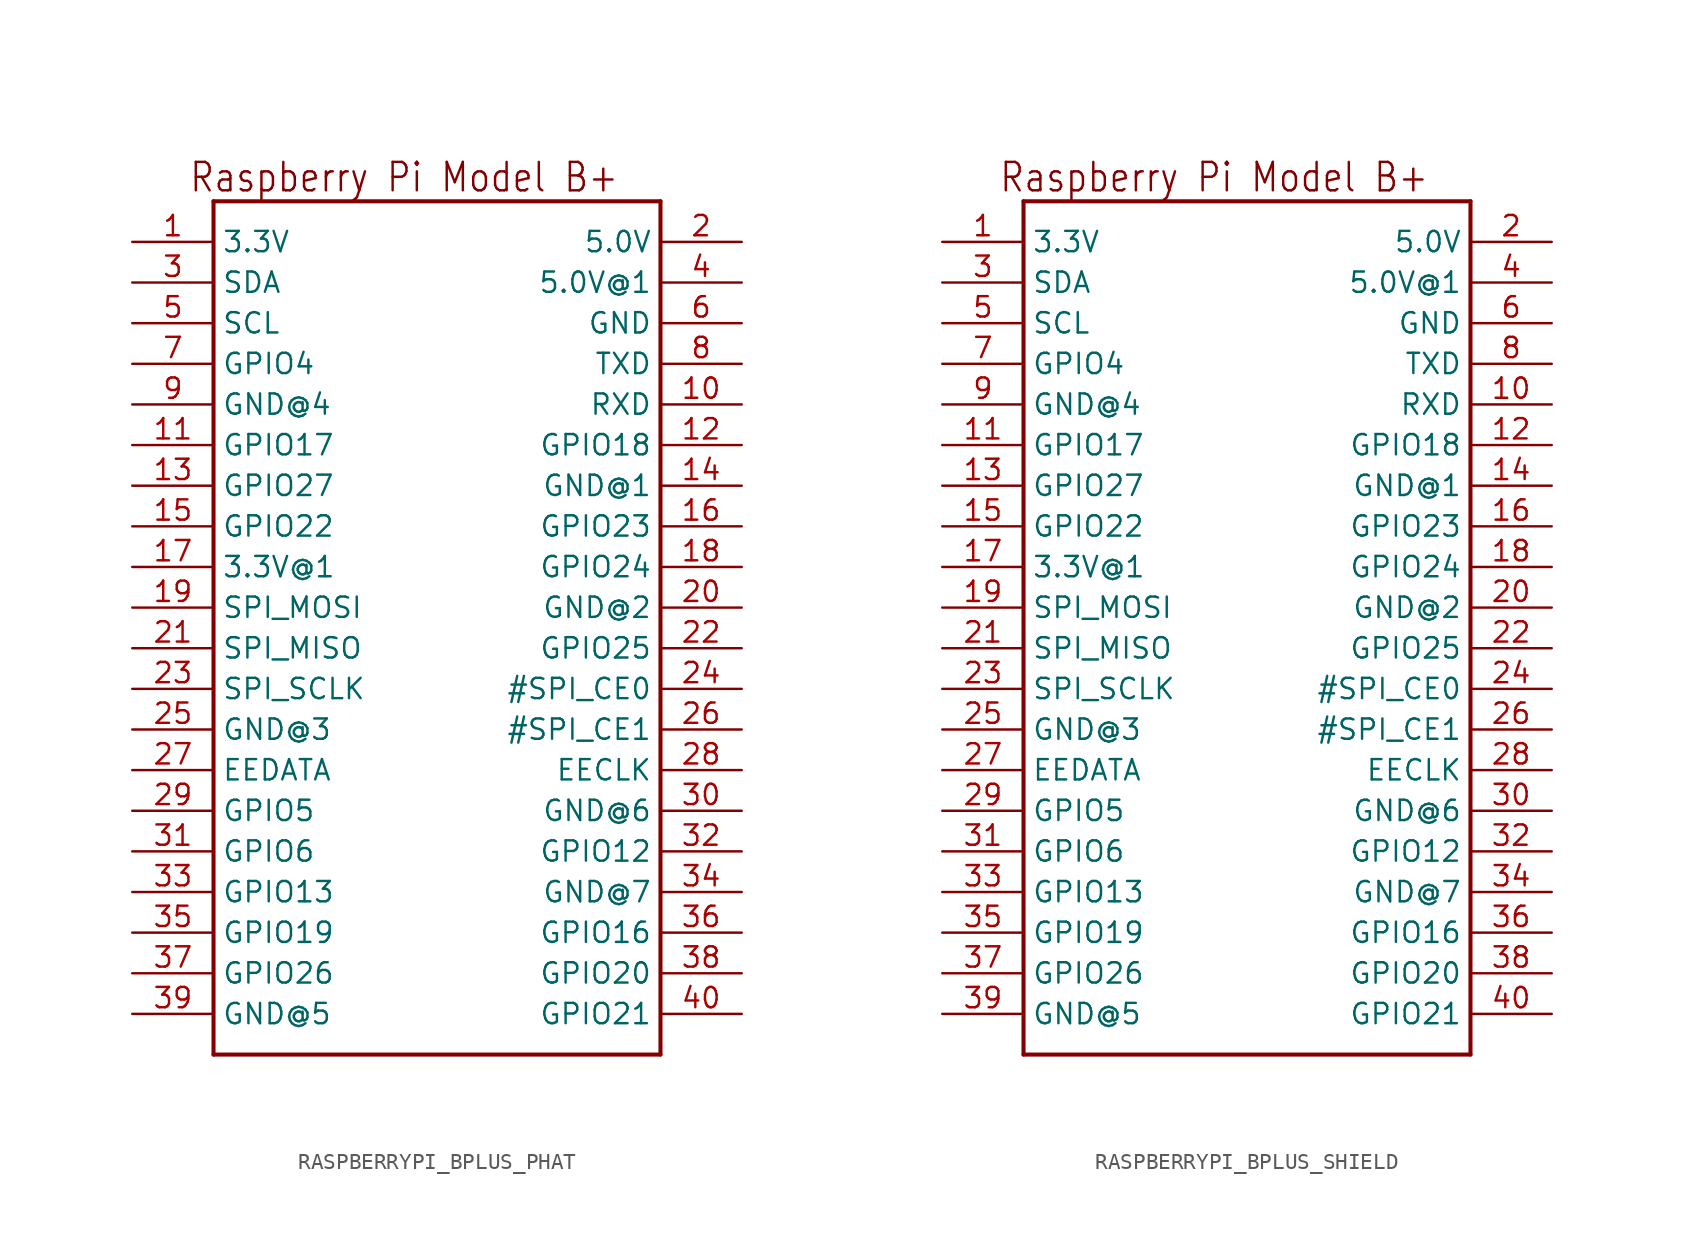
<source format=kicad_sym>
(kicad_symbol_lib
  (version 20231120)
  (generator "kicad_symbol_editor")
  (generator_version "8.0")
  (symbol "RASPBERRYPI_BPLUS_PHAT"
    (property "Reference" "RPI"
      (at 0 0 0)
      (effects (font (size 1.27 1.27)) (hide yes)))
    (property "ki_locked" ""
      (at 0 0 0)
      (effects (font (size 1.27 1.27))))
    (symbol "RASPBERRYPI_BPLUS_PHAT_1_0"
      (polyline (pts (xy -12.7 -30.48) (xy -12.7 22.86)) (stroke (width 0.254) (type solid)) (fill (type none)))
      (polyline (pts (xy -12.7 22.86) (xy 15.24 22.86)) (stroke (width 0.254) (type solid)) (fill (type none)))
      (polyline (pts (xy 15.24 -30.48) (xy -12.7 -30.48)) (stroke (width 0.254) (type solid)) (fill (type none)))
      (polyline (pts (xy 15.24 22.86) (xy 15.24 -30.48)) (stroke (width 0.254) (type solid)) (fill (type none)))
      (text "Raspberry Pi Model B+" (at 12.7 25.4 0) (effects (font (size 1.778 1.511)) (justify right top)))
      (pin power_in line (at -17.78 20.32 0) (length 5.08) (name "3.3V" (effects (font (size 1.27 1.27)))) (number "1" (effects (font (size 1.27 1.27)))))
      (pin bidirectional line (at 20.32 10.16 180) (length 5.08) (name "RXD" (effects (font (size 1.27 1.27)))) (number "10" (effects (font (size 1.27 1.27)))))
      (pin bidirectional line (at -17.78 7.62 0) (length 5.08) (name "GPIO17" (effects (font (size 1.27 1.27)))) (number "11" (effects (font (size 1.27 1.27)))))
      (pin bidirectional line (at 20.32 7.62 180) (length 5.08) (name "GPIO18" (effects (font (size 1.27 1.27)))) (number "12" (effects (font (size 1.27 1.27)))))
      (pin bidirectional line (at -17.78 5.08 0) (length 5.08) (name "GPIO27" (effects (font (size 1.27 1.27)))) (number "13" (effects (font (size 1.27 1.27)))))
      (pin power_in line (at 20.32 5.08 180) (length 5.08) (name "GND@1" (effects (font (size 1.27 1.27)))) (number "14" (effects (font (size 1.27 1.27)))))
      (pin bidirectional line (at -17.78 2.54 0) (length 5.08) (name "GPIO22" (effects (font (size 1.27 1.27)))) (number "15" (effects (font (size 1.27 1.27)))))
      (pin bidirectional line (at 20.32 2.54 180) (length 5.08) (name "GPIO23" (effects (font (size 1.27 1.27)))) (number "16" (effects (font (size 1.27 1.27)))))
      (pin power_in line (at -17.78 0 0) (length 5.08) (name "3.3V@1" (effects (font (size 1.27 1.27)))) (number "17" (effects (font (size 1.27 1.27)))))
      (pin bidirectional line (at 20.32 0 180) (length 5.08) (name "GPIO24" (effects (font (size 1.27 1.27)))) (number "18" (effects (font (size 1.27 1.27)))))
      (pin bidirectional line (at -17.78 -2.54 0) (length 5.08) (name "SPI_MOSI" (effects (font (size 1.27 1.27)))) (number "19" (effects (font (size 1.27 1.27)))))
      (pin power_in line (at 20.32 20.32 180) (length 5.08) (name "5.0V" (effects (font (size 1.27 1.27)))) (number "2" (effects (font (size 1.27 1.27)))))
      (pin power_in line (at 20.32 -2.54 180) (length 5.08) (name "GND@2" (effects (font (size 1.27 1.27)))) (number "20" (effects (font (size 1.27 1.27)))))
      (pin bidirectional line (at -17.78 -5.08 0) (length 5.08) (name "SPI_MISO" (effects (font (size 1.27 1.27)))) (number "21" (effects (font (size 1.27 1.27)))))
      (pin bidirectional line (at 20.32 -5.08 180) (length 5.08) (name "GPIO25" (effects (font (size 1.27 1.27)))) (number "22" (effects (font (size 1.27 1.27)))))
      (pin bidirectional line (at -17.78 -7.62 0) (length 5.08) (name "SPI_SCLK" (effects (font (size 1.27 1.27)))) (number "23" (effects (font (size 1.27 1.27)))))
      (pin bidirectional line (at 20.32 -7.62 180) (length 5.08) (name "#SPI_CE0" (effects (font (size 1.27 1.27)))) (number "24" (effects (font (size 1.27 1.27)))))
      (pin power_in line (at -17.78 -10.16 0) (length 5.08) (name "GND@3" (effects (font (size 1.27 1.27)))) (number "25" (effects (font (size 1.27 1.27)))))
      (pin bidirectional line (at 20.32 -10.16 180) (length 5.08) (name "#SPI_CE1" (effects (font (size 1.27 1.27)))) (number "26" (effects (font (size 1.27 1.27)))))
      (pin bidirectional line (at -17.78 -12.7 0) (length 5.08) (name "EEDATA" (effects (font (size 1.27 1.27)))) (number "27" (effects (font (size 1.27 1.27)))))
      (pin bidirectional line (at 20.32 -12.7 180) (length 5.08) (name "EECLK" (effects (font (size 1.27 1.27)))) (number "28" (effects (font (size 1.27 1.27)))))
      (pin bidirectional line (at -17.78 -15.24 0) (length 5.08) (name "GPIO5" (effects (font (size 1.27 1.27)))) (number "29" (effects (font (size 1.27 1.27)))))
      (pin bidirectional line (at -17.78 17.78 0) (length 5.08) (name "SDA" (effects (font (size 1.27 1.27)))) (number "3" (effects (font (size 1.27 1.27)))))
      (pin power_in line (at 20.32 -15.24 180) (length 5.08) (name "GND@6" (effects (font (size 1.27 1.27)))) (number "30" (effects (font (size 1.27 1.27)))))
      (pin bidirectional line (at -17.78 -17.78 0) (length 5.08) (name "GPIO6" (effects (font (size 1.27 1.27)))) (number "31" (effects (font (size 1.27 1.27)))))
      (pin bidirectional line (at 20.32 -17.78 180) (length 5.08) (name "GPIO12" (effects (font (size 1.27 1.27)))) (number "32" (effects (font (size 1.27 1.27)))))
      (pin bidirectional line (at -17.78 -20.32 0) (length 5.08) (name "GPIO13" (effects (font (size 1.27 1.27)))) (number "33" (effects (font (size 1.27 1.27)))))
      (pin power_in line (at 20.32 -20.32 180) (length 5.08) (name "GND@7" (effects (font (size 1.27 1.27)))) (number "34" (effects (font (size 1.27 1.27)))))
      (pin bidirectional line (at -17.78 -22.86 0) (length 5.08) (name "GPIO19" (effects (font (size 1.27 1.27)))) (number "35" (effects (font (size 1.27 1.27)))))
      (pin bidirectional line (at 20.32 -22.86 180) (length 5.08) (name "GPIO16" (effects (font (size 1.27 1.27)))) (number "36" (effects (font (size 1.27 1.27)))))
      (pin bidirectional line (at -17.78 -25.4 0) (length 5.08) (name "GPIO26" (effects (font (size 1.27 1.27)))) (number "37" (effects (font (size 1.27 1.27)))))
      (pin bidirectional line (at 20.32 -25.4 180) (length 5.08) (name "GPIO20" (effects (font (size 1.27 1.27)))) (number "38" (effects (font (size 1.27 1.27)))))
      (pin power_in line (at -17.78 -27.94 0) (length 5.08) (name "GND@5" (effects (font (size 1.27 1.27)))) (number "39" (effects (font (size 1.27 1.27)))))
      (pin power_in line (at 20.32 17.78 180) (length 5.08) (name "5.0V@1" (effects (font (size 1.27 1.27)))) (number "4" (effects (font (size 1.27 1.27)))))
      (pin bidirectional line (at 20.32 -27.94 180) (length 5.08) (name "GPIO21" (effects (font (size 1.27 1.27)))) (number "40" (effects (font (size 1.27 1.27)))))
      (pin bidirectional line (at -17.78 15.24 0) (length 5.08) (name "SCL" (effects (font (size 1.27 1.27)))) (number "5" (effects (font (size 1.27 1.27)))))
      (pin power_in line (at 20.32 15.24 180) (length 5.08) (name "GND" (effects (font (size 1.27 1.27)))) (number "6" (effects (font (size 1.27 1.27)))))
      (pin bidirectional line (at -17.78 12.7 0) (length 5.08) (name "GPIO4" (effects (font (size 1.27 1.27)))) (number "7" (effects (font (size 1.27 1.27)))))
      (pin bidirectional line (at 20.32 12.7 180) (length 5.08) (name "TXD" (effects (font (size 1.27 1.27)))) (number "8" (effects (font (size 1.27 1.27)))))
      (pin power_in line (at -17.78 10.16 0) (length 5.08) (name "GND@4" (effects (font (size 1.27 1.27)))) (number "9" (effects (font (size 1.27 1.27)))))))
  (symbol "RASPBERRYPI_BPLUS_SHIELD"
    (property "Reference" "RPI"
      (at 0 0 0)
      (effects (font (size 1.27 1.27)) (hide yes)))
    (property "ki_locked" ""
      (at 0 0 0)
      (effects (font (size 1.27 1.27))))
    (symbol "RASPBERRYPI_BPLUS_SHIELD_1_0"
      (polyline (pts (xy -12.7 -30.48) (xy -12.7 22.86)) (stroke (width 0.254) (type solid)) (fill (type none)))
      (polyline (pts (xy -12.7 22.86) (xy 15.24 22.86)) (stroke (width 0.254) (type solid)) (fill (type none)))
      (polyline (pts (xy 15.24 -30.48) (xy -12.7 -30.48)) (stroke (width 0.254) (type solid)) (fill (type none)))
      (polyline (pts (xy 15.24 22.86) (xy 15.24 -30.48)) (stroke (width 0.254) (type solid)) (fill (type none)))
      (text "Raspberry Pi Model B+" (at 12.7 25.4 0) (effects (font (size 1.778 1.511)) (justify right top)))
      (pin power_in line (at -17.78 20.32 0) (length 5.08) (name "3.3V" (effects (font (size 1.27 1.27)))) (number "1" (effects (font (size 1.27 1.27)))))
      (pin bidirectional line (at 20.32 10.16 180) (length 5.08) (name "RXD" (effects (font (size 1.27 1.27)))) (number "10" (effects (font (size 1.27 1.27)))))
      (pin bidirectional line (at -17.78 7.62 0) (length 5.08) (name "GPIO17" (effects (font (size 1.27 1.27)))) (number "11" (effects (font (size 1.27 1.27)))))
      (pin bidirectional line (at 20.32 7.62 180) (length 5.08) (name "GPIO18" (effects (font (size 1.27 1.27)))) (number "12" (effects (font (size 1.27 1.27)))))
      (pin bidirectional line (at -17.78 5.08 0) (length 5.08) (name "GPIO27" (effects (font (size 1.27 1.27)))) (number "13" (effects (font (size 1.27 1.27)))))
      (pin power_in line (at 20.32 5.08 180) (length 5.08) (name "GND@1" (effects (font (size 1.27 1.27)))) (number "14" (effects (font (size 1.27 1.27)))))
      (pin bidirectional line (at -17.78 2.54 0) (length 5.08) (name "GPIO22" (effects (font (size 1.27 1.27)))) (number "15" (effects (font (size 1.27 1.27)))))
      (pin bidirectional line (at 20.32 2.54 180) (length 5.08) (name "GPIO23" (effects (font (size 1.27 1.27)))) (number "16" (effects (font (size 1.27 1.27)))))
      (pin power_in line (at -17.78 0 0) (length 5.08) (name "3.3V@1" (effects (font (size 1.27 1.27)))) (number "17" (effects (font (size 1.27 1.27)))))
      (pin bidirectional line (at 20.32 0 180) (length 5.08) (name "GPIO24" (effects (font (size 1.27 1.27)))) (number "18" (effects (font (size 1.27 1.27)))))
      (pin bidirectional line (at -17.78 -2.54 0) (length 5.08) (name "SPI_MOSI" (effects (font (size 1.27 1.27)))) (number "19" (effects (font (size 1.27 1.27)))))
      (pin power_in line (at 20.32 20.32 180) (length 5.08) (name "5.0V" (effects (font (size 1.27 1.27)))) (number "2" (effects (font (size 1.27 1.27)))))
      (pin power_in line (at 20.32 -2.54 180) (length 5.08) (name "GND@2" (effects (font (size 1.27 1.27)))) (number "20" (effects (font (size 1.27 1.27)))))
      (pin bidirectional line (at -17.78 -5.08 0) (length 5.08) (name "SPI_MISO" (effects (font (size 1.27 1.27)))) (number "21" (effects (font (size 1.27 1.27)))))
      (pin bidirectional line (at 20.32 -5.08 180) (length 5.08) (name "GPIO25" (effects (font (size 1.27 1.27)))) (number "22" (effects (font (size 1.27 1.27)))))
      (pin bidirectional line (at -17.78 -7.62 0) (length 5.08) (name "SPI_SCLK" (effects (font (size 1.27 1.27)))) (number "23" (effects (font (size 1.27 1.27)))))
      (pin bidirectional line (at 20.32 -7.62 180) (length 5.08) (name "#SPI_CE0" (effects (font (size 1.27 1.27)))) (number "24" (effects (font (size 1.27 1.27)))))
      (pin power_in line (at -17.78 -10.16 0) (length 5.08) (name "GND@3" (effects (font (size 1.27 1.27)))) (number "25" (effects (font (size 1.27 1.27)))))
      (pin bidirectional line (at 20.32 -10.16 180) (length 5.08) (name "#SPI_CE1" (effects (font (size 1.27 1.27)))) (number "26" (effects (font (size 1.27 1.27)))))
      (pin bidirectional line (at -17.78 -12.7 0) (length 5.08) (name "EEDATA" (effects (font (size 1.27 1.27)))) (number "27" (effects (font (size 1.27 1.27)))))
      (pin bidirectional line (at 20.32 -12.7 180) (length 5.08) (name "EECLK" (effects (font (size 1.27 1.27)))) (number "28" (effects (font (size 1.27 1.27)))))
      (pin bidirectional line (at -17.78 -15.24 0) (length 5.08) (name "GPIO5" (effects (font (size 1.27 1.27)))) (number "29" (effects (font (size 1.27 1.27)))))
      (pin bidirectional line (at -17.78 17.78 0) (length 5.08) (name "SDA" (effects (font (size 1.27 1.27)))) (number "3" (effects (font (size 1.27 1.27)))))
      (pin power_in line (at 20.32 -15.24 180) (length 5.08) (name "GND@6" (effects (font (size 1.27 1.27)))) (number "30" (effects (font (size 1.27 1.27)))))
      (pin bidirectional line (at -17.78 -17.78 0) (length 5.08) (name "GPIO6" (effects (font (size 1.27 1.27)))) (number "31" (effects (font (size 1.27 1.27)))))
      (pin bidirectional line (at 20.32 -17.78 180) (length 5.08) (name "GPIO12" (effects (font (size 1.27 1.27)))) (number "32" (effects (font (size 1.27 1.27)))))
      (pin bidirectional line (at -17.78 -20.32 0) (length 5.08) (name "GPIO13" (effects (font (size 1.27 1.27)))) (number "33" (effects (font (size 1.27 1.27)))))
      (pin power_in line (at 20.32 -20.32 180) (length 5.08) (name "GND@7" (effects (font (size 1.27 1.27)))) (number "34" (effects (font (size 1.27 1.27)))))
      (pin bidirectional line (at -17.78 -22.86 0) (length 5.08) (name "GPIO19" (effects (font (size 1.27 1.27)))) (number "35" (effects (font (size 1.27 1.27)))))
      (pin bidirectional line (at 20.32 -22.86 180) (length 5.08) (name "GPIO16" (effects (font (size 1.27 1.27)))) (number "36" (effects (font (size 1.27 1.27)))))
      (pin bidirectional line (at -17.78 -25.4 0) (length 5.08) (name "GPIO26" (effects (font (size 1.27 1.27)))) (number "37" (effects (font (size 1.27 1.27)))))
      (pin bidirectional line (at 20.32 -25.4 180) (length 5.08) (name "GPIO20" (effects (font (size 1.27 1.27)))) (number "38" (effects (font (size 1.27 1.27)))))
      (pin power_in line (at -17.78 -27.94 0) (length 5.08) (name "GND@5" (effects (font (size 1.27 1.27)))) (number "39" (effects (font (size 1.27 1.27)))))
      (pin power_in line (at 20.32 17.78 180) (length 5.08) (name "5.0V@1" (effects (font (size 1.27 1.27)))) (number "4" (effects (font (size 1.27 1.27)))))
      (pin bidirectional line (at 20.32 -27.94 180) (length 5.08) (name "GPIO21" (effects (font (size 1.27 1.27)))) (number "40" (effects (font (size 1.27 1.27)))))
      (pin bidirectional line (at -17.78 15.24 0) (length 5.08) (name "SCL" (effects (font (size 1.27 1.27)))) (number "5" (effects (font (size 1.27 1.27)))))
      (pin power_in line (at 20.32 15.24 180) (length 5.08) (name "GND" (effects (font (size 1.27 1.27)))) (number "6" (effects (font (size 1.27 1.27)))))
      (pin bidirectional line (at -17.78 12.7 0) (length 5.08) (name "GPIO4" (effects (font (size 1.27 1.27)))) (number "7" (effects (font (size 1.27 1.27)))))
      (pin bidirectional line (at 20.32 12.7 180) (length 5.08) (name "TXD" (effects (font (size 1.27 1.27)))) (number "8" (effects (font (size 1.27 1.27)))))
      (pin power_in line (at -17.78 10.16 0) (length 5.08) (name "GND@4" (effects (font (size 1.27 1.27)))) (number "9" (effects (font (size 1.27 1.27))))))))
</source>
